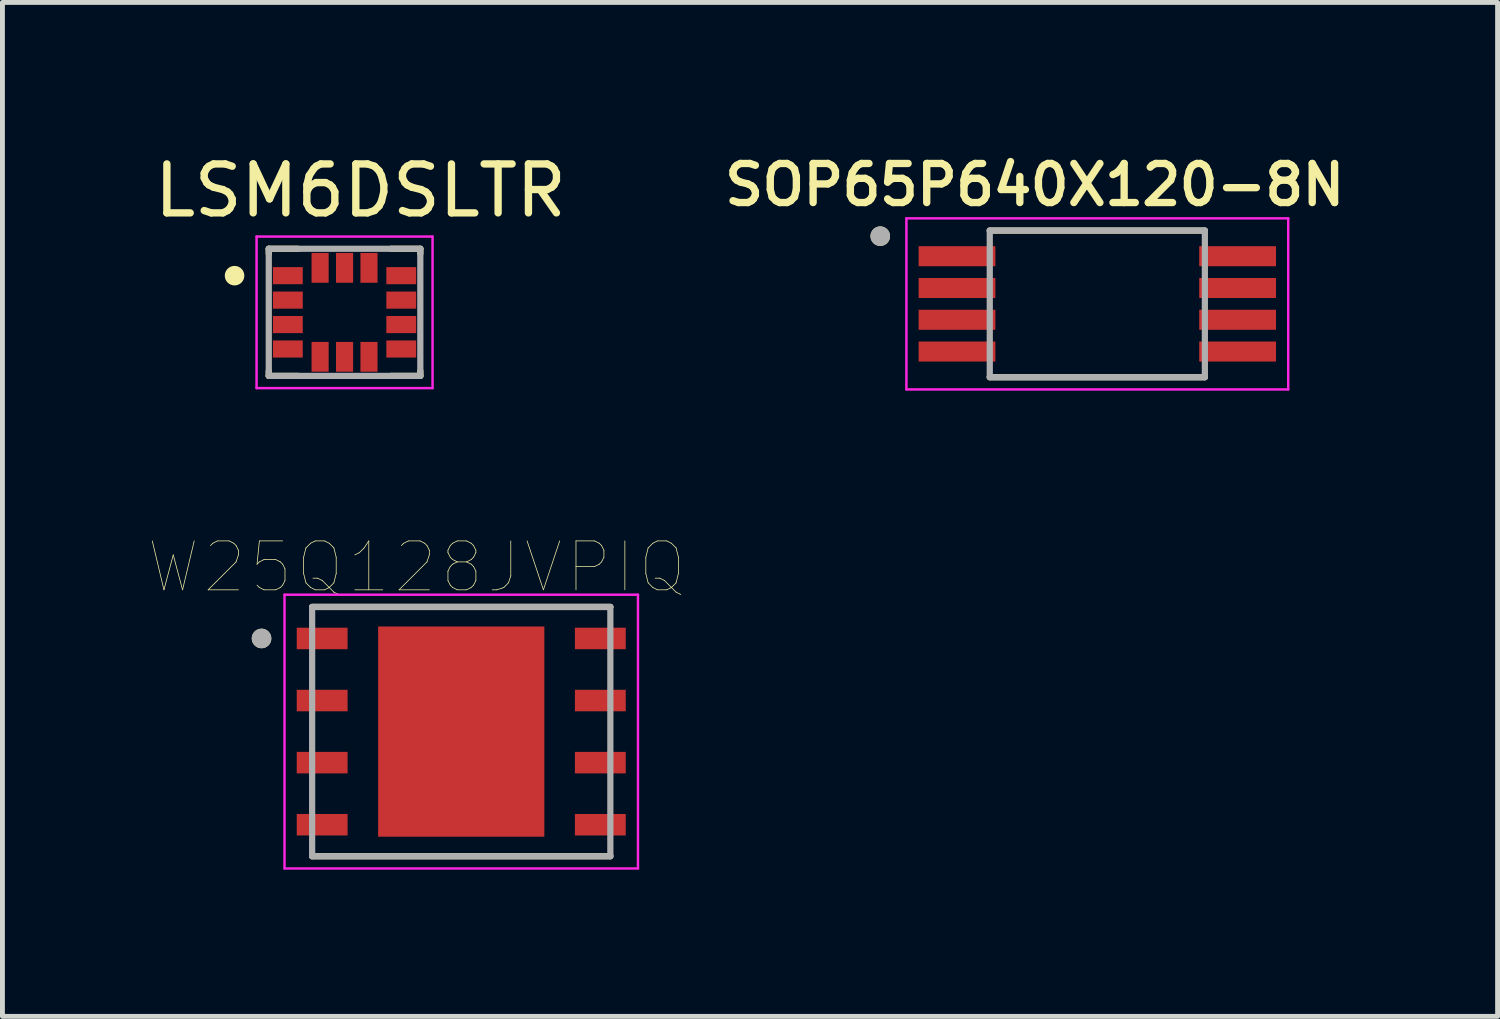
<source format=kicad_pcb>
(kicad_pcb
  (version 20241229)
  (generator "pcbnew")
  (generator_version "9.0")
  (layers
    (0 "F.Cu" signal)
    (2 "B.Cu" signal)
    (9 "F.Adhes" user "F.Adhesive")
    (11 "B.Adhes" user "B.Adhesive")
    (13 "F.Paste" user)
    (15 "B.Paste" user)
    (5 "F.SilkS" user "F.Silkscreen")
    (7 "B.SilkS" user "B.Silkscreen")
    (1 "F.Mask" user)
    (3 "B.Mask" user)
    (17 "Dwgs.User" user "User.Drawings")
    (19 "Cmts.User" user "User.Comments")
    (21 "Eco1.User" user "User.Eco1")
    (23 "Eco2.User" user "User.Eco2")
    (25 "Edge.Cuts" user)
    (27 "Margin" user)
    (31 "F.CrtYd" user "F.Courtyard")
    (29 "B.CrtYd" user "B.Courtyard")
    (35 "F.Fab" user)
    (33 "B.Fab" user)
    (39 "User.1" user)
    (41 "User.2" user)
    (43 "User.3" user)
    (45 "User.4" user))
  (footprint "LSM6DSLTR"
    (layer "F.Cu")
    (at 3.998 3.339)
    (property "Reference" "LSM6DSLTR" (at 0.326 -2.49 0) (layer "F.SilkS") (effects (font (size 1.002 1.002) (thickness 0.15))))
    (attr through_hole)
    (fp_line (start -1.55 -1.2) (end -1.55 -1.3) (stroke (width 0.127) (type solid)) (layer "F.SilkS"))
    (fp_line (start -1.55 1.3) (end -1.55 1.2) (stroke (width 0.127) (type solid)) (layer "F.SilkS"))
    (fp_line (start -1.55 1.3) (end -0.95 1.3) (stroke (width 0.127) (type solid)) (layer "F.SilkS"))
    (fp_line (start -0.95 -1.3) (end -1.55 -1.3) (stroke (width 0.127) (type solid)) (layer "F.SilkS"))
    (fp_line (start 0.95 -1.3) (end 1.55 -1.3) (stroke (width 0.127) (type solid)) (layer "F.SilkS"))
    (fp_line (start 0.95 1.3) (end 1.55 1.3) (stroke (width 0.127) (type solid)) (layer "F.SilkS"))
    (fp_line (start 1.55 -1.2) (end 1.55 -1.3) (stroke (width 0.127) (type solid)) (layer "F.SilkS"))
    (fp_line (start 1.55 1.3) (end 1.55 1.2) (stroke (width 0.127) (type solid)) (layer "F.SilkS"))
    (fp_circle (center -2.25 -0.75) (end -2.15 -0.75) (stroke (width 0.2) (type solid)) (fill no) (layer "F.SilkS"))
    (fp_line (start -1.8 -1.55) (end 1.8 -1.55) (stroke (width 0.05) (type solid)) (layer "F.CrtYd"))
    (fp_line (start -1.8 1.55) (end -1.8 -1.55) (stroke (width 0.05) (type solid)) (layer "F.CrtYd"))
    (fp_line (start 1.8 -1.55) (end 1.8 1.55) (stroke (width 0.05) (type solid)) (layer "F.CrtYd"))
    (fp_line (start 1.8 1.55) (end -1.8 1.55) (stroke (width 0.05) (type solid)) (layer "F.CrtYd"))
    (fp_line (start -1.55 -1.3) (end 1.55 -1.3) (stroke (width 0.127) (type solid)) (layer "F.Fab"))
    (fp_line (start -1.55 1.3) (end -1.55 -1.3) (stroke (width 0.127) (type solid)) (layer "F.Fab"))
    (fp_line (start 1.55 -1.3) (end 1.55 1.3) (stroke (width 0.127) (type solid)) (layer "F.Fab"))
    (fp_line (start 1.55 1.3) (end -1.55 1.3) (stroke (width 0.127) (type solid)) (layer "F.Fab"))
    (pad "1" smd rect (at -1.16 -0.75) (size 0.61 0.35) (layers "F.Cu" "F.Mask" "F.Paste"))
    (pad "2" smd rect (at -1.16 -0.25) (size 0.61 0.35) (layers "F.Cu" "F.Mask" "F.Paste"))
    (pad "3" smd rect (at -1.16 0.25) (size 0.61 0.35) (layers "F.Cu" "F.Mask" "F.Paste"))
    (pad "4" smd rect (at -1.16 0.75) (size 0.61 0.35) (layers "F.Cu" "F.Mask" "F.Paste"))
    (pad "5" smd rect (at -0.5 0.91) (size 0.35 0.61) (layers "F.Cu" "F.Mask" "F.Paste"))
    (pad "6" smd rect (at 0 0.91) (size 0.35 0.61) (layers "F.Cu" "F.Mask" "F.Paste"))
    (pad "7" smd rect (at 0.5 0.91) (size 0.35 0.61) (layers "F.Cu" "F.Mask" "F.Paste"))
    (pad "8" smd rect (at 1.16 0.75) (size 0.61 0.35) (layers "F.Cu" "F.Mask" "F.Paste"))
    (pad "9" smd rect (at 1.16 0.25) (size 0.61 0.35) (layers "F.Cu" "F.Mask" "F.Paste"))
    (pad "10" smd rect (at 1.16 -0.25) (size 0.61 0.35) (layers "F.Cu" "F.Mask" "F.Paste"))
    (pad "11" smd rect (at 1.16 -0.75) (size 0.61 0.35) (layers "F.Cu" "F.Mask" "F.Paste"))
    (pad "12" smd rect (at 0.5 -0.91) (size 0.35 0.61) (layers "F.Cu" "F.Mask" "F.Paste"))
    (pad "13" smd rect (at 0 -0.91) (size 0.35 0.61) (layers "F.Cu" "F.Mask" "F.Paste"))
    (pad "14" smd rect (at -0.5 -0.91) (size 0.35 0.61) (layers "F.Cu" "F.Mask" "F.Paste")))
  (footprint "W25Q128JVPIQ"
    (layer "F.Cu")
    (at 6.385 11.915)
    (property "Reference" "W25Q128JVPIQ" (at -0.915 -3.362 0) (layer "F.SilkS") (effects (font (size 1 1) (thickness 0.015))))
    (attr through_hole)
    (fp_line (start -3.05 -2.55) (end 3.05 -2.55) (stroke (width 0.127) (type solid)) (layer "F.SilkS"))
    (fp_line (start -3.05 2.55) (end 3.05 2.55) (stroke (width 0.127) (type solid)) (layer "F.SilkS"))
    (fp_circle (center -4.085 -1.905) (end -3.985 -1.905) (stroke (width 0.2) (type solid)) (fill no) (layer "F.SilkS"))
    (fp_poly (pts (xy -1.08 -1.36) (xy 1.08 -1.36) (xy 1.08 1.36) (xy -1.08 1.36)) (stroke (width 0.01) (type solid)) (fill yes) (layer "F.Paste"))
    (fp_line (start -3.615 -2.8) (end -3.615 2.8) (stroke (width 0.05) (type solid)) (layer "F.CrtYd"))
    (fp_line (start -3.615 -2.8) (end 3.615 -2.8) (stroke (width 0.05) (type solid)) (layer "F.CrtYd"))
    (fp_line (start -3.615 2.8) (end 3.615 2.8) (stroke (width 0.05) (type solid)) (layer "F.CrtYd"))
    (fp_line (start 3.615 -2.8) (end 3.615 2.8) (stroke (width 0.05) (type solid)) (layer "F.CrtYd"))
    (fp_line (start -3.05 -2.55) (end -3.05 2.55) (stroke (width 0.127) (type solid)) (layer "F.Fab"))
    (fp_line (start -3.05 -2.55) (end 3.05 -2.55) (stroke (width 0.127) (type solid)) (layer "F.Fab"))
    (fp_line (start -3.05 2.55) (end 3.05 2.55) (stroke (width 0.127) (type solid)) (layer "F.Fab"))
    (fp_line (start 3.05 -2.55) (end 3.05 2.55) (stroke (width 0.127) (type solid)) (layer "F.Fab"))
    (fp_circle (center -4.085 -1.905) (end -3.985 -1.905) (stroke (width 0.2) (type solid)) (fill no) (layer "F.Fab"))
    (pad "1" smd rect (at -2.845 -1.905) (size 1.04 0.44) (layers "F.Cu" "F.Mask" "F.Paste"))
    (pad "2" smd rect (at -2.845 -0.635) (size 1.04 0.44) (layers "F.Cu" "F.Mask" "F.Paste"))
    (pad "3" smd rect (at -2.845 0.635) (size 1.04 0.44) (layers "F.Cu" "F.Mask" "F.Paste"))
    (pad "4" smd rect (at -2.845 1.905) (size 1.04 0.44) (layers "F.Cu" "F.Mask" "F.Paste"))
    (pad "5" smd rect (at 2.845 1.905) (size 1.04 0.44) (layers "F.Cu" "F.Mask" "F.Paste"))
    (pad "6" smd rect (at 2.845 0.635) (size 1.04 0.44) (layers "F.Cu" "F.Mask" "F.Paste"))
    (pad "7" smd rect (at 2.845 -0.635) (size 1.04 0.44) (layers "F.Cu" "F.Mask" "F.Paste"))
    (pad "8" smd rect (at 2.845 -1.905) (size 1.04 0.44) (layers "F.Cu" "F.Mask" "F.Paste"))
    (pad "9" smd rect (at 0 0) (size 3.4 4.3) (layers "F.Cu" "F.Mask")))
  (footprint "SOP65P640X120-8N"
    (layer "F.Cu")
    (at 19.396 3.166)
    (property "Reference" "SOP65P640X120-8N" (at -1.28 -2.435 0) (layer "F.SilkS") (effects (font (size 0.8 0.8) (thickness 0.15))))
    (attr through_hole)
    (fp_line (start -2.2 -1.5) (end 2.2 -1.5) (stroke (width 0.127) (type solid)) (layer "F.SilkS"))
    (fp_line (start -2.2 1.5) (end 2.2 1.5) (stroke (width 0.127) (type solid)) (layer "F.SilkS"))
    (fp_circle (center -4.44 -1.385) (end -4.34 -1.385) (stroke (width 0.2) (type solid)) (fill no) (layer "F.SilkS"))
    (fp_line (start -3.905 -1.75) (end -3.905 1.75) (stroke (width 0.05) (type solid)) (layer "F.CrtYd"))
    (fp_line (start -3.905 -1.75) (end 3.905 -1.75) (stroke (width 0.05) (type solid)) (layer "F.CrtYd"))
    (fp_line (start -3.905 1.75) (end 3.905 1.75) (stroke (width 0.05) (type solid)) (layer "F.CrtYd"))
    (fp_line (start 3.905 -1.75) (end 3.905 1.75) (stroke (width 0.05) (type solid)) (layer "F.CrtYd"))
    (fp_line (start -2.2 -1.5) (end -2.2 1.5) (stroke (width 0.127) (type solid)) (layer "F.Fab"))
    (fp_line (start -2.2 -1.5) (end 2.2 -1.5) (stroke (width 0.127) (type solid)) (layer "F.Fab"))
    (fp_line (start -2.2 1.5) (end 2.2 1.5) (stroke (width 0.127) (type solid)) (layer "F.Fab"))
    (fp_line (start 2.2 -1.5) (end 2.2 1.5) (stroke (width 0.127) (type solid)) (layer "F.Fab"))
    (fp_circle (center -4.44 -1.385) (end -4.34 -1.385) (stroke (width 0.2) (type solid)) (fill no) (layer "F.Fab"))
    (pad "1" smd rect (at -2.87 -0.975) (size 1.57 0.41) (layers "F.Cu" "F.Mask" "F.Paste"))
    (pad "2" smd rect (at -2.87 -0.325) (size 1.57 0.41) (layers "F.Cu" "F.Mask" "F.Paste"))
    (pad "3" smd rect (at -2.87 0.325) (size 1.57 0.41) (layers "F.Cu" "F.Mask" "F.Paste"))
    (pad "4" smd rect (at -2.87 0.975) (size 1.57 0.41) (layers "F.Cu" "F.Mask" "F.Paste"))
    (pad "5" smd rect (at 2.87 0.975) (size 1.57 0.41) (layers "F.Cu" "F.Mask" "F.Paste"))
    (pad "6" smd rect (at 2.87 0.325) (size 1.57 0.41) (layers "F.Cu" "F.Mask" "F.Paste"))
    (pad "7" smd rect (at 2.87 -0.325) (size 1.57 0.41) (layers "F.Cu" "F.Mask" "F.Paste"))
    (pad "8" smd rect (at 2.87 -0.975) (size 1.57 0.41) (layers "F.Cu" "F.Mask" "F.Paste")))
  (gr_rect
    (start -3 -3)
    (end 27.584 17.74)
    (stroke (width 0.1) (type default))
    (fill no)
    (layer "Edge.Cuts")))
</source>
